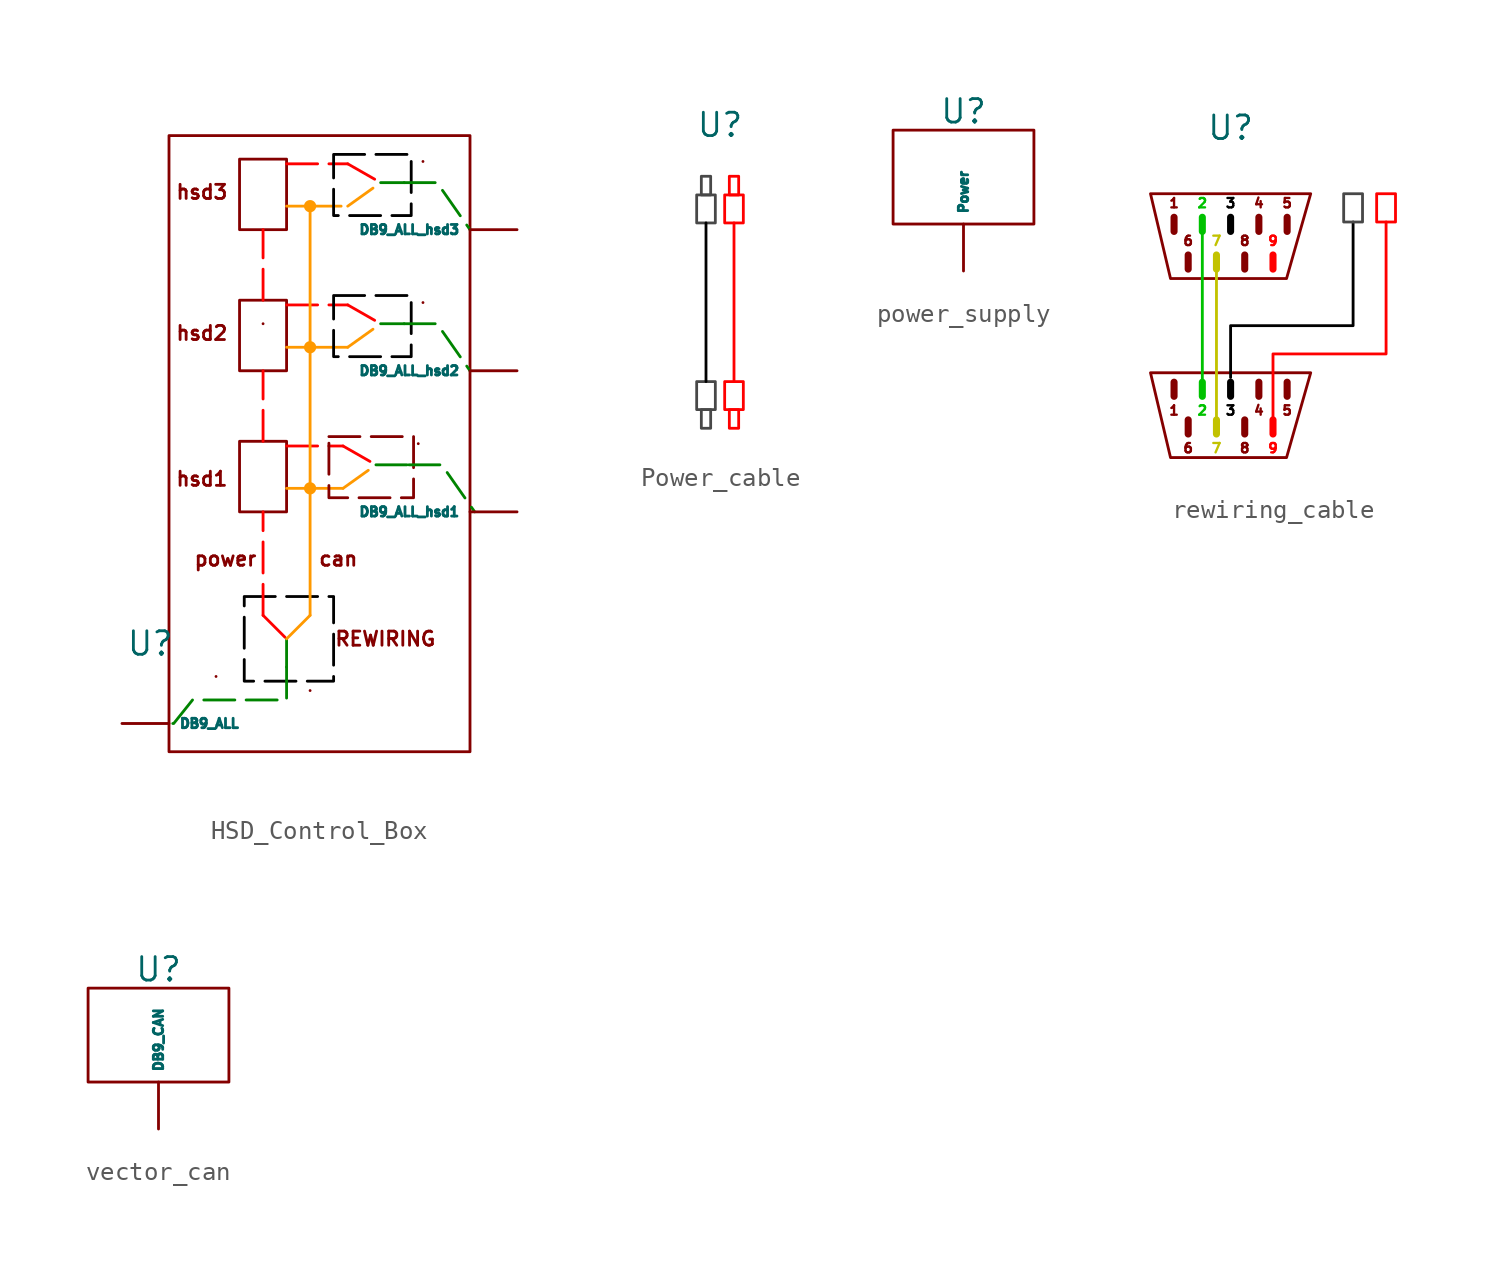
<source format=kicad_sym>
(kicad_symbol_lib
  (version 20241209)
  (generator "kicad_symbol_editor")
  (generator_version "9.0")
  (symbol "HSD_Control_Box"
    (property "Reference" "U"
      (at -4.826 -2.032 0)
      (effects (font (size 1.27 1.27))))
    (property "Value" ""
      (at 0 0 0)
      (effects (font (size 1.27 1.27))))
    (symbol "HSD_Control_Box_0_1"
      (rectangle (start -3.81 25.4) (end 12.446 -7.874) (stroke (width 0) (type default)) (fill (type none)))
      (polyline (pts (xy -1.27 -3.81) (xy -1.27 -3.81)) (stroke (width 0) (type default)) (fill (type none)))
      (polyline (pts (xy 3.81 -4.572) (xy 3.81 -4.572)) (stroke (width 0) (type default)) (fill (type none)))
      (polyline (pts (xy 9.652 8.763) (xy 9.652 8.763)) (stroke (width 0) (type default)) (fill (type none)))
      (polyline (pts (xy 9.906 24.003) (xy 9.906 24.003)) (stroke (width 0) (type default)) (fill (type none)))
      (polyline (pts (xy 9.906 16.383) (xy 9.906 16.383)) (stroke (width 0) (type default)) (fill (type none))))
    (symbol "HSD_Control_Box_1_1"
      (rectangle (start 0 24.13) (end 2.54 20.32) (stroke (width 0) (type default)) (fill (type none)))
      (rectangle (start 0 16.51) (end 2.54 12.7) (stroke (width 0) (type default)) (fill (type none)))
      (rectangle (start 0 8.89) (end 2.54 5.08) (stroke (width 0) (type default)) (fill (type none)))
      (rectangle (start 0.254 0.508) (end 5.08 -4.064) (stroke (width 0) (type dash) (color 0 0 0 1)) (fill (type none)))
      (polyline (pts (xy 1.27 16.51) (xy 1.27 20.32)) (stroke (width 0) (type solid) (color 255 0 0 1)) (fill (type none)))
      (polyline (pts (xy 1.27 15.24) (xy 1.27 15.24)) (stroke (width 0) (type default)) (fill (type none)))
      (polyline (pts (xy 1.27 8.89) (xy 1.27 12.7)) (stroke (width 0) (type solid) (color 255 0 0 1)) (fill (type none)))
      (polyline (pts (xy 1.27 -0.508) (xy 1.27 5.08)) (stroke (width 0) (type solid) (color 255 0 0 1)) (fill (type none)))
      (polyline (pts (xy 1.27 -0.508) (xy 2.54 -1.778)) (stroke (width 0) (type solid) (color 255 0 0 1)) (fill (type none)))
      (polyline (pts (xy 2.54 23.876) (xy 5.842 23.876)) (stroke (width 0) (type solid) (color 255 0 0 1)) (fill (type none)))
      (polyline (pts (xy 2.54 21.59) (xy 3.81 21.59)) (stroke (width 0) (type solid) (color 255 153 0 1)) (fill (type none)))
      (polyline (pts (xy 2.54 16.256) (xy 5.842 16.256)) (stroke (width 0) (type solid) (color 255 0 0 1)) (fill (type none)))
      (polyline (pts (xy 2.54 13.97) (xy 3.81 13.97)) (stroke (width 0) (type solid) (color 255 153 0 1)) (fill (type none)))
      (polyline (pts (xy 2.54 8.636) (xy 5.588 8.636)) (stroke (width 0) (type solid) (color 255 0 0 1)) (fill (type none)))
      (polyline (pts (xy 2.54 6.35) (xy 3.81 6.35)) (stroke (width 0) (type solid) (color 255 153 0 1)) (fill (type none)))
      (polyline (pts (xy 2.54 -1.778) (xy 2.54 -3.302)) (stroke (width 0) (type solid) (color 0 132 0 1)) (fill (type none)))
      (polyline (pts (xy 2.54 -3.302) (xy 2.54 -4.572) (xy 2.54 -5.08) (xy -2.54 -5.08) (xy -3.556 -6.35) (xy -3.81 -6.35)) (stroke (width 0) (type solid) (color 0 132 0 1)) (fill (type none)))
      (polyline (pts (xy 3.81 21.59) (xy 5.842 21.59)) (stroke (width 0) (type solid) (color 255 153 0 1)) (fill (type none)))
      (circle (center 3.81 21.59) (radius 0.254) (stroke (width 0) (type solid) (color 255 153 0 1)) (fill (type color) (color 255 153 0 1)))
      (polyline (pts (xy 3.81 13.97) (xy 5.842 13.97)) (stroke (width 0) (type solid) (color 255 153 0 1)) (fill (type none)))
      (circle (center 3.81 13.97) (radius 0.254) (stroke (width 0) (type solid) (color 255 153 0 1)) (fill (type color) (color 255 153 0 1)))
      (polyline (pts (xy 3.81 6.35) (xy 5.588 6.35)) (stroke (width 0) (type solid) (color 255 153 0 1)) (fill (type none)))
      (circle (center 3.81 6.35) (radius 0.254) (stroke (width 0) (type solid) (color 255 153 0 1)) (fill (type color) (color 255 153 0 1)))
      (polyline (pts (xy 3.81 -0.508) (xy 2.54 -1.778)) (stroke (width 0) (type solid) (color 255 153 0 1)) (fill (type none)))
      (polyline (pts (xy 3.81 -0.508) (xy 3.81 21.59)) (stroke (width 0) (type solid) (color 255 153 0 1)) (fill (type none)))
      (rectangle (start 4.826 9.144) (end 9.398 5.842) (stroke (width 0) (type dash)) (fill (type none)))
      (rectangle (start 5.08 24.384) (end 9.271 21.082) (stroke (width 0) (type dash) (color 0 0 0 1)) (fill (type none)))
      (rectangle (start 5.08 16.764) (end 9.271 13.462) (stroke (width 0) (type dash) (color 0 0 0 1)) (fill (type none)))
      (polyline (pts (xy 5.588 8.636) (xy 7.366 7.62)) (stroke (width 0) (type solid) (color 255 0 0 1)) (fill (type none)))
      (polyline (pts (xy 5.588 6.35) (xy 7.366 7.62)) (stroke (width 0) (type solid) (color 255 153 0 1)) (fill (type none)))
      (polyline (pts (xy 5.842 23.876) (xy 7.62 22.86)) (stroke (width 0) (type solid) (color 255 0 0 1)) (fill (type none)))
      (polyline (pts (xy 5.842 21.59) (xy 7.62 22.86)) (stroke (width 0) (type solid) (color 255 153 0 1)) (fill (type none)))
      (polyline (pts (xy 5.842 16.256) (xy 7.62 15.24)) (stroke (width 0) (type solid) (color 255 0 0 1)) (fill (type none)))
      (polyline (pts (xy 5.842 13.97) (xy 7.62 15.24)) (stroke (width 0) (type solid) (color 255 153 0 1)) (fill (type none)))
      (polyline (pts (xy 7.366 7.62) (xy 9.144 7.62)) (stroke (width 0) (type solid) (color 0 132 0 1)) (fill (type none)))
      (polyline (pts (xy 7.62 22.86) (xy 8.89 22.86)) (stroke (width 0) (type solid) (color 0 132 0 1)) (fill (type none)))
      (polyline (pts (xy 7.62 15.24) (xy 8.89 15.24)) (stroke (width 0) (type solid) (color 0 132 0 1)) (fill (type none)))
      (polyline (pts (xy 8.89 22.86) (xy 10.668 22.86) (xy 12.446 20.32)) (stroke (width 0) (type solid) (color 0 132 0 1)) (fill (type none)))
      (polyline (pts (xy 8.89 15.24) (xy 10.668 15.24) (xy 12.446 12.7)) (stroke (width 0) (type solid) (color 0 132 0 1)) (fill (type none)))
      (polyline (pts (xy 9.144 7.62) (xy 10.922 7.62) (xy 12.7 5.08)) (stroke (width 0) (type solid) (color 0 132 0 1)) (fill (type none)))
      (text "hsd3" (at -2.032 22.352 0) (effects (font (size 0.762 0.762))))
      (text "hsd2" (at -2.032 14.732 0) (effects (font (size 0.762 0.762))))
      (text "hsd1" (at -2.032 6.858 0) (effects (font (size 0.762 0.762))))
      (text "power" (at -0.762 2.54 0) (effects (font (size 0.762 0.762))))
      (text "can" (at 5.334 2.54 0) (effects (font (size 0.762 0.762))))
      (text "REWIRING" (at 7.874 -1.778 0) (effects (font (size 0.762 0.762))))
      (pin input line (at -6.35 -6.35 0) (length 2.54) (name "DB9_ALL" (effects (font (size 0.508 0.508)))) (number "" (effects (font (size 1.27 1.27)))))
      (pin output line (at 14.986 20.32 180) (length 2.54) (name "DB9_ALL_hsd3" (effects (font (size 0.508 0.508)))) (number "" (effects (font (size 1.27 1.27)))))
      (pin output line (at 14.986 12.7 180) (length 2.54) (name "DB9_ALL_hsd2" (effects (font (size 0.508 0.508)))) (number "" (effects (font (size 1.27 1.27)))))
      (pin output line (at 14.986 5.08 180) (length 2.54) (name "DB9_ALL_hsd1" (effects (font (size 0.508 0.508)))) (number "" (effects (font (size 1.27 1.27)))))))
  (symbol "Power_cable"
    (property "Reference" "U"
      (at 0 3.556 0)
      (effects (font (size 1.27 1.27))))
    (property "Value" ""
      (at 0 0 0)
      (effects (font (size 1.27 1.27))))
    (symbol "Power_cable_1_1"
      (rectangle (start -1.27 -0.254) (end -0.254 -1.778) (stroke (width 0) (type solid) (color 72 72 72 1)) (fill (type none)))
      (rectangle (start -1.27 -10.414) (end -0.254 -11.938) (stroke (width 0) (type solid) (color 72 72 72 1)) (fill (type none)))
      (rectangle (start -1.016 0.762) (end -0.508 -0.254) (stroke (width 0) (type solid) (color 72 72 72 1)) (fill (type none)))
      (rectangle (start -1.016 -11.938) (end -0.508 -12.954) (stroke (width 0) (type solid) (color 72 72 72 1)) (fill (type none)))
      (polyline (pts (xy -0.762 -10.414) (xy -0.762 -1.778)) (stroke (width 0) (type solid) (color 0 0 0 1)) (fill (type none)))
      (rectangle (start 0.254 -0.254) (end 1.27 -1.778) (stroke (width 0) (type solid) (color 255 0 0 1)) (fill (type none)))
      (rectangle (start 0.254 -10.414) (end 1.27 -11.938) (stroke (width 0) (type solid) (color 255 0 0 1)) (fill (type none)))
      (rectangle (start 0.508 0.762) (end 1.016 -0.254) (stroke (width 0) (type solid) (color 255 0 0 1)) (fill (type none)))
      (rectangle (start 0.508 -11.938) (end 1.016 -12.954) (stroke (width 0) (type solid) (color 255 0 0 1)) (fill (type none)))
      (polyline (pts (xy 0.762 -10.414) (xy 0.762 -1.778)) (stroke (width 0) (type solid) (color 255 0 0 1)) (fill (type none)))))
  (symbol "power_supply"
    (property "Reference" "U"
      (at 0 3.556 0)
      (effects (font (size 1.27 1.27))))
    (property "Value" ""
      (at 0 0 0)
      (effects (font (size 1.27 1.27))))
    (symbol "power_supply_0_1"
      (rectangle (start -3.81 2.54) (end 3.81 -2.54) (stroke (width 0) (type default)) (fill (type none))))
    (symbol "power_supply_1_1"
      (pin output line (at 0 -5.08 90) (length 2.54) (name "Power" (effects (font (size 0.508 0.508)))) (number "" (effects (font (size 1.27 1.27)))))))
  (symbol "rewiring_cable"
    (property "Reference" "U"
      (at 0 3.556 0)
      (effects (font (size 1.27 1.27))))
    (property "Value" ""
      (at 0 0 0)
      (effects (font (size 1.27 1.27))))
    (symbol "rewiring_cable_0_1"
      (polyline (pts (xy -4.318 0) (xy 4.318 0) (xy 3.016 -4.572) (xy -3.239 -4.572) (xy -4.318 0)) (stroke (width 0) (type default)) (fill (type none)))
      (polyline (pts (xy -4.318 -9.652) (xy 4.318 -9.652) (xy 3.016 -14.224) (xy -3.239 -14.224) (xy -4.318 -9.652)) (stroke (width 0) (type default)) (fill (type none))))
    (symbol "rewiring_cable_1_1"
      (polyline (pts (xy -3.048 -2.032) (xy -3.048 -1.27)) (stroke (width 0.381) (type solid)) (fill (type none)))
      (polyline (pts (xy -3.048 -10.922) (xy -3.048 -10.16)) (stroke (width 0.381) (type solid)) (fill (type none)))
      (polyline (pts (xy -2.286 -4.064) (xy -2.286 -3.302)) (stroke (width 0.381) (type solid)) (fill (type none)))
      (polyline (pts (xy -2.286 -12.954) (xy -2.286 -12.192)) (stroke (width 0.381) (type solid)) (fill (type none)))
      (polyline (pts (xy -1.524 -1.778) (xy -1.524 -10.414)) (stroke (width 0) (type solid) (color 0 194 0 1)) (fill (type none)))
      (polyline (pts (xy -1.524 -2.032) (xy -1.524 -1.27)) (stroke (width 0.381) (type solid) (color 0 194 0 1)) (fill (type none)))
      (polyline (pts (xy -1.524 -10.922) (xy -1.524 -10.16)) (stroke (width 0.381) (type solid) (color 0 194 0 1)) (fill (type none)))
      (polyline (pts (xy -0.762 -3.81) (xy -0.762 -12.446)) (stroke (width 0) (type solid) (color 194 194 0 1)) (fill (type none)))
      (polyline (pts (xy -0.762 -4.064) (xy -0.762 -3.302)) (stroke (width 0.381) (type solid) (color 194 194 0 1)) (fill (type none)))
      (polyline (pts (xy -0.762 -12.954) (xy -0.762 -12.192)) (stroke (width 0.381) (type solid) (color 194 194 0 1)) (fill (type none)))
      (polyline (pts (xy 0 -2.032) (xy 0 -1.27)) (stroke (width 0.381) (type solid) (color 0 0 0 1)) (fill (type none)))
      (polyline (pts (xy 0 -9.906) (xy 0 -7.112) (xy 6.604 -7.112) (xy 6.604 -1.524)) (stroke (width 0) (type solid) (color 0 0 0 1)) (fill (type none)))
      (polyline (pts (xy 0 -10.922) (xy 0 -10.16)) (stroke (width 0.381) (type solid) (color 0 0 0 1)) (fill (type none)))
      (polyline (pts (xy 0.762 -4.064) (xy 0.762 -3.302)) (stroke (width 0.381) (type solid)) (fill (type none)))
      (polyline (pts (xy 0.762 -12.954) (xy 0.762 -12.192)) (stroke (width 0.381) (type solid)) (fill (type none)))
      (polyline (pts (xy 1.524 -2.032) (xy 1.524 -1.27)) (stroke (width 0.381) (type solid)) (fill (type none)))
      (polyline (pts (xy 1.524 -10.922) (xy 1.524 -10.16)) (stroke (width 0.381) (type solid)) (fill (type none)))
      (polyline (pts (xy 2.286 -4.064) (xy 2.286 -3.302)) (stroke (width 0.381) (type solid) (color 255 0 0 1)) (fill (type none)))
      (polyline (pts (xy 2.286 -12.192) (xy 2.286 -8.636) (xy 8.382 -8.636) (xy 8.382 -1.524)) (stroke (width 0) (type solid) (color 255 0 0 1)) (fill (type none)))
      (polyline (pts (xy 2.286 -12.954) (xy 2.286 -12.192)) (stroke (width 0.381) (type solid) (color 255 0 0 1)) (fill (type none)))
      (polyline (pts (xy 3.048 -2.032) (xy 3.048 -1.27)) (stroke (width 0.381) (type solid)) (fill (type none)))
      (polyline (pts (xy 3.048 -10.922) (xy 3.048 -10.16)) (stroke (width 0.381) (type solid)) (fill (type none)))
      (rectangle (start 6.096 0) (end 7.112 -1.524) (stroke (width 0) (type solid) (color 72 72 72 1)) (fill (type none)))
      (rectangle (start 7.874 0) (end 8.89 -1.524) (stroke (width 0) (type solid) (color 255 0 0 1)) (fill (type none)))
      (text "1" (at -3.048 -0.508 0) (effects (font (size 0.508 0.508))))
      (text "1" (at -3.048 -11.684 0) (effects (font (size 0.508 0.508))))
      (text "6" (at -2.286 -2.54 0) (effects (font (size 0.508 0.508))))
      (text "6" (at -2.286 -13.716 0) (effects (font (size 0.508 0.508))))
      (text "2" (at -1.524 -0.508 0) (effects (font (size 0.508 0.508) (color 0 194 0 1))))
      (text "2" (at -1.524 -11.684 0) (effects (font (size 0.508 0.508) (color 0 194 0 1))))
      (text "7" (at -0.762 -2.54 0) (effects (font (size 0.508 0.508) (color 194 194 0 1))))
      (text "7" (at -0.762 -13.716 0) (effects (font (size 0.508 0.508) (color 194 194 0 1))))
      (text "3" (at 0 -0.508 0) (effects (font (size 0.508 0.508) (color 0 0 0 1))))
      (text "3" (at 0 -11.684 0) (effects (font (size 0.508 0.508) (color 0 0 0 1))))
      (text "8" (at 0.762 -2.54 0) (effects (font (size 0.508 0.508))))
      (text "8" (at 0.762 -13.716 0) (effects (font (size 0.508 0.508))))
      (text "4" (at 1.524 -0.508 0) (effects (font (size 0.508 0.508))))
      (text "4" (at 1.524 -11.684 0) (effects (font (size 0.508 0.508))))
      (text "9" (at 2.286 -2.54 0) (effects (font (size 0.508 0.508) (color 255 0 0 1))))
      (text "9" (at 2.286 -13.716 0) (effects (font (size 0.508 0.508) (color 255 0 0 1))))
      (text "5" (at 3.048 -0.508 0) (effects (font (size 0.508 0.508))))
      (text "5" (at 3.048 -11.684 0) (effects (font (size 0.508 0.508))))))
  (symbol "vector_can"
    (property "Reference" "U"
      (at 0 3.556 0)
      (effects (font (size 1.27 1.27))))
    (property "Value" ""
      (at 0 0 0)
      (effects (font (size 1.27 1.27))))
    (symbol "vector_can_0_1"
      (rectangle (start -3.81 2.54) (end 3.81 -2.54) (stroke (width 0) (type default)) (fill (type none))))
    (symbol "vector_can_1_1"
      (pin output line (at 0 -5.08 90) (length 2.54) (name "DB9_CAN" (effects (font (size 0.508 0.508)))) (number "" (effects (font (size 1.27 1.27))))))))
</source>
